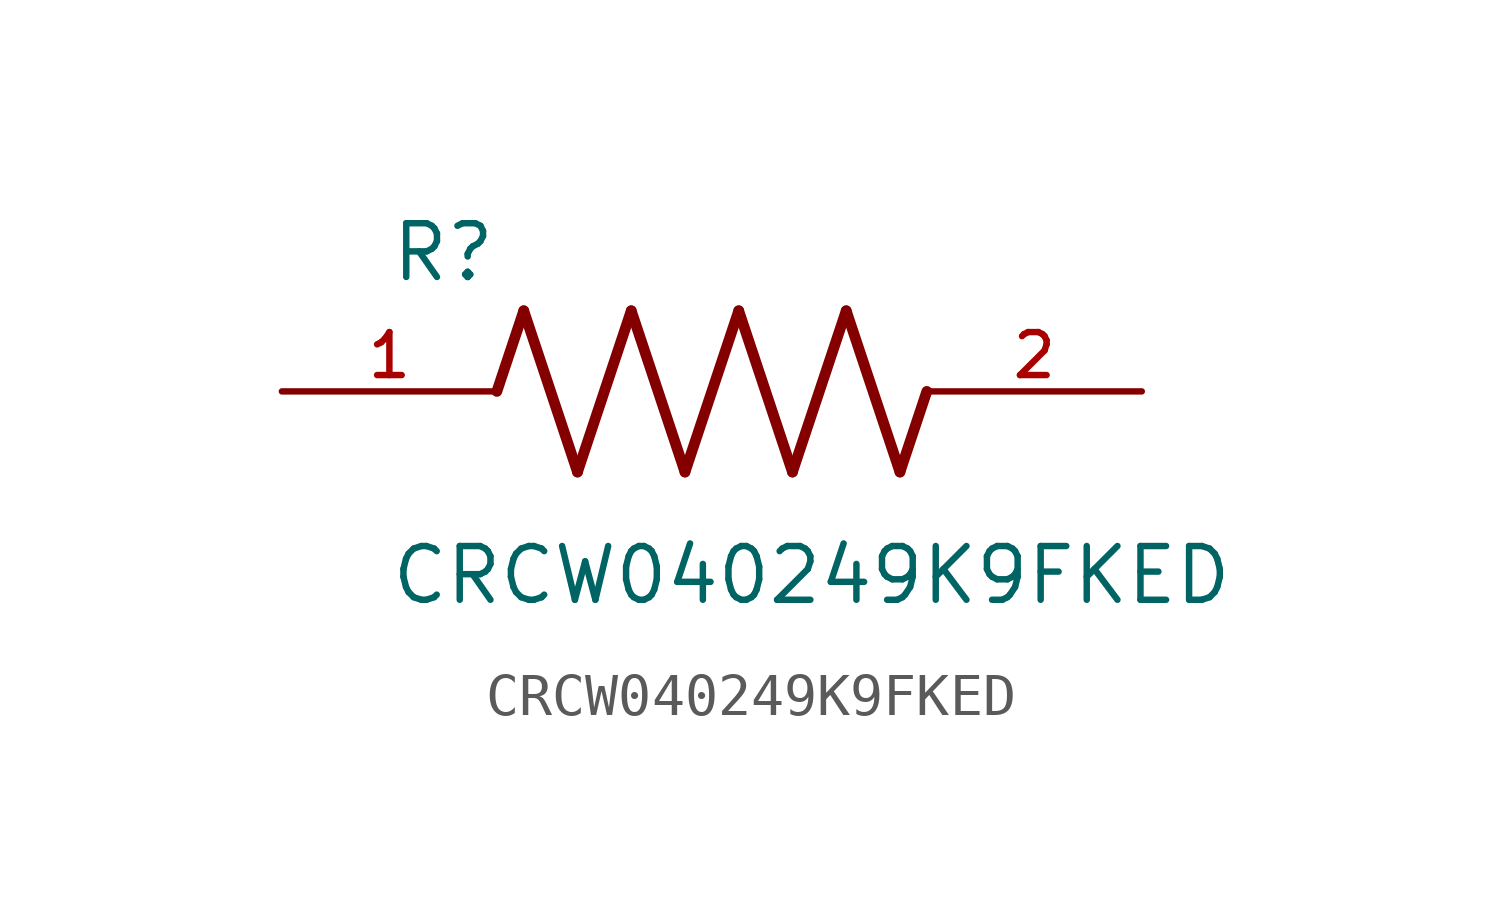
<source format=kicad_sym>
(kicad_symbol_lib
  (version 20211014)
  (generator kicad_symbol_editor)
  (symbol "CRCW040249K9FKED"
    (pin_names
      (offset 1.016))
    (property "Reference" "R"
      (at -7.624 2.541 0)
      (effects (font (size 1.27 1.27)) (justify bottom left)))
    (property "Value" "CRCW040249K9FKED"
      (at -7.63 -5.087 0)
      (effects (font (size 1.27 1.27)) (justify bottom left)))
    (symbol "CRCW040249K9FKED_0_0"
      (polyline (pts (xy -5.08 0.0) (xy -4.445 1.905)) (stroke (width 0.254)))
      (polyline (pts (xy -4.445 1.905) (xy -3.175 -1.905)) (stroke (width 0.254)))
      (polyline (pts (xy -3.175 -1.905) (xy -1.905 1.905)) (stroke (width 0.254)))
      (polyline (pts (xy -1.905 1.905) (xy -0.635 -1.905)) (stroke (width 0.254)))
      (polyline (pts (xy -0.635 -1.905) (xy 0.635 1.905)) (stroke (width 0.254)))
      (polyline (pts (xy 0.635 1.905) (xy 1.905 -1.905)) (stroke (width 0.254)))
      (polyline (pts (xy 1.905 -1.905) (xy 3.175 1.905)) (stroke (width 0.254)))
      (polyline (pts (xy 3.175 1.905) (xy 4.445 -1.905)) (stroke (width 0.254)))
      (polyline (pts (xy 4.445 -1.905) (xy 5.08 0.0)) (stroke (width 0.254)))
      (pin passive line (at -10.16 0.0 0) (length 5.08) (name "~" (effects (font (size 1.016 1.016)))) (number "1" (effects (font (size 1.016 1.016)))))
      (pin passive line (at 10.16 0.0 180.0) (length 5.08) (name "~" (effects (font (size 1.016 1.016)))) (number "2" (effects (font (size 1.016 1.016))))))))
</source>
